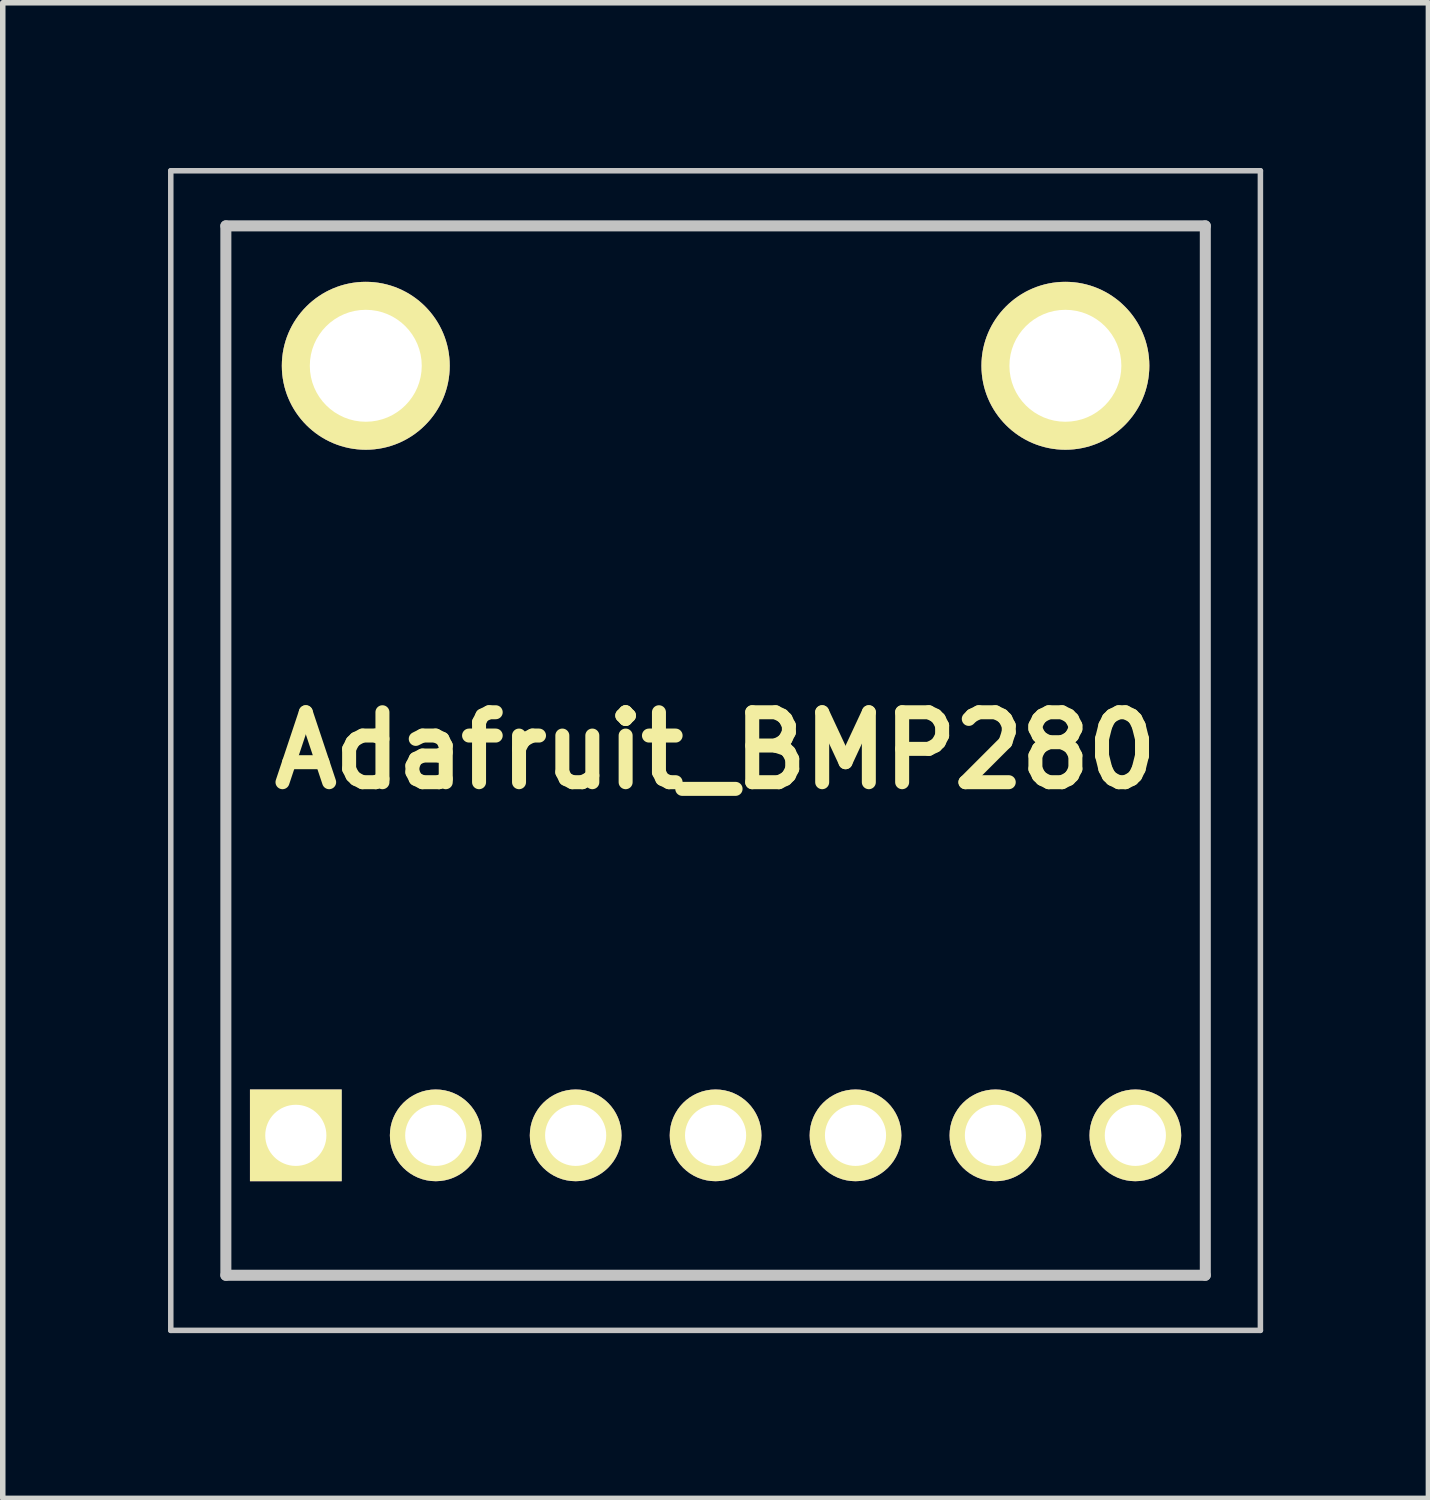
<source format=kicad_pcb>
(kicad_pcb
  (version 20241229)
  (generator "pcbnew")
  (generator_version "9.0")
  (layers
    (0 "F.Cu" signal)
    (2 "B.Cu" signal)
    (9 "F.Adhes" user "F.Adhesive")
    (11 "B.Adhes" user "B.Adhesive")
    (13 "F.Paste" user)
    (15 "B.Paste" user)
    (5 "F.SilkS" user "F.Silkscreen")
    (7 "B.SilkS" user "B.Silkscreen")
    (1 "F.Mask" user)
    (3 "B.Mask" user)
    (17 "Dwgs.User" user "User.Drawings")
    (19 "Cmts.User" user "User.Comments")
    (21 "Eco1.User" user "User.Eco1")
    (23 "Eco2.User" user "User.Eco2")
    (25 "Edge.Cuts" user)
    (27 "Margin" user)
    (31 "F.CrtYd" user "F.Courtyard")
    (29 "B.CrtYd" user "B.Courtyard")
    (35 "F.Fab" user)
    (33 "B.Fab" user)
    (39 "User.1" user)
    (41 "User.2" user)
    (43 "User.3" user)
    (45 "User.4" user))
  (footprint "Adafruit_BMP280"
    (layer "F.Cu")
    (at 2.32 17.56)
    (property "Reference" "Adafruit_BMP280" (at 7.62 -6.985 0) (layer "F.SilkS") (effects (font (size 1.27 1.27) (thickness 0.254))))
    (attr through_hole)
    (fp_line (start -1.27 -16.51) (end 16.51 -16.51) (stroke (width 0.1) (type solid)) (layer "F.SilkS"))
    (fp_line (start -1.27 2.54) (end -1.27 -16.51) (stroke (width 0.1) (type solid)) (layer "F.SilkS"))
    (fp_line (start 16.51 -16.51) (end 16.51 2.54) (stroke (width 0.1) (type solid)) (layer "F.SilkS"))
    (fp_line (start 16.51 2.54) (end -1.27 2.54) (stroke (width 0.1) (type solid)) (layer "F.SilkS"))
    (fp_line (start -2.27 -17.51) (end 17.51 -17.51) (stroke (width 0.1) (type solid)) (layer "Dwgs.User"))
    (fp_line (start -2.27 3.54) (end -2.27 -17.51) (stroke (width 0.1) (type solid)) (layer "Dwgs.User"))
    (fp_line (start -1.27 -16.51) (end 16.51 -16.51) (stroke (width 0.2) (type solid)) (layer "Dwgs.User"))
    (fp_line (start -1.27 2.54) (end -1.27 -16.51) (stroke (width 0.2) (type solid)) (layer "Dwgs.User"))
    (fp_line (start 16.51 -16.51) (end 16.51 2.54) (stroke (width 0.2) (type solid)) (layer "Dwgs.User"))
    (fp_line (start 16.51 2.54) (end -1.27 2.54) (stroke (width 0.2) (type solid)) (layer "Dwgs.User"))
    (fp_line (start 17.51 -17.51) (end 17.51 3.54) (stroke (width 0.1) (type solid)) (layer "Dwgs.User"))
    (fp_line (start 17.51 3.54) (end -2.27 3.54) (stroke (width 0.1) (type solid)) (layer "Dwgs.User"))
    (pad "1" thru_hole rect (at 0 0 90) (size 1.665 1.665) (drill 1.11) (layers "*.Cu" "*.Mask" "F.SilkS"))
    (pad "2" thru_hole circle (at 2.54 0 90) (size 1.665 1.665) (drill 1.11) (layers "*.Cu" "*.Mask" "F.SilkS"))
    (pad "3" thru_hole circle (at 5.08 0 90) (size 1.665 1.665) (drill 1.11) (layers "*.Cu" "*.Mask" "F.SilkS"))
    (pad "4" thru_hole circle (at 7.62 0 90) (size 1.665 1.665) (drill 1.11) (layers "*.Cu" "*.Mask" "F.SilkS"))
    (pad "5" thru_hole circle (at 10.16 0 90) (size 1.665 1.665) (drill 1.11) (layers "*.Cu" "*.Mask" "F.SilkS"))
    (pad "6" thru_hole circle (at 12.7 0 90) (size 1.665 1.665) (drill 1.11) (layers "*.Cu" "*.Mask" "F.SilkS"))
    (pad "7" thru_hole circle (at 15.24 0 90) (size 1.665 1.665) (drill 1.11) (layers "*.Cu" "*.Mask" "F.SilkS"))
    (pad "MH1" thru_hole circle (at 1.27 -13.97 90) (size 3.048 3.048) (drill 2.032) (layers "*.Cu" "*.Mask" "F.SilkS"))
    (pad "MH2" thru_hole circle (at 13.97 -13.97 90) (size 3.048 3.048) (drill 2.032) (layers "*.Cu" "*.Mask" "F.SilkS")))
  (gr_rect
    (start -3 -3)
    (end 22.88 24.15)
    (stroke (width 0.1) (type default))
    (fill no)
    (layer "Edge.Cuts")))
</source>
